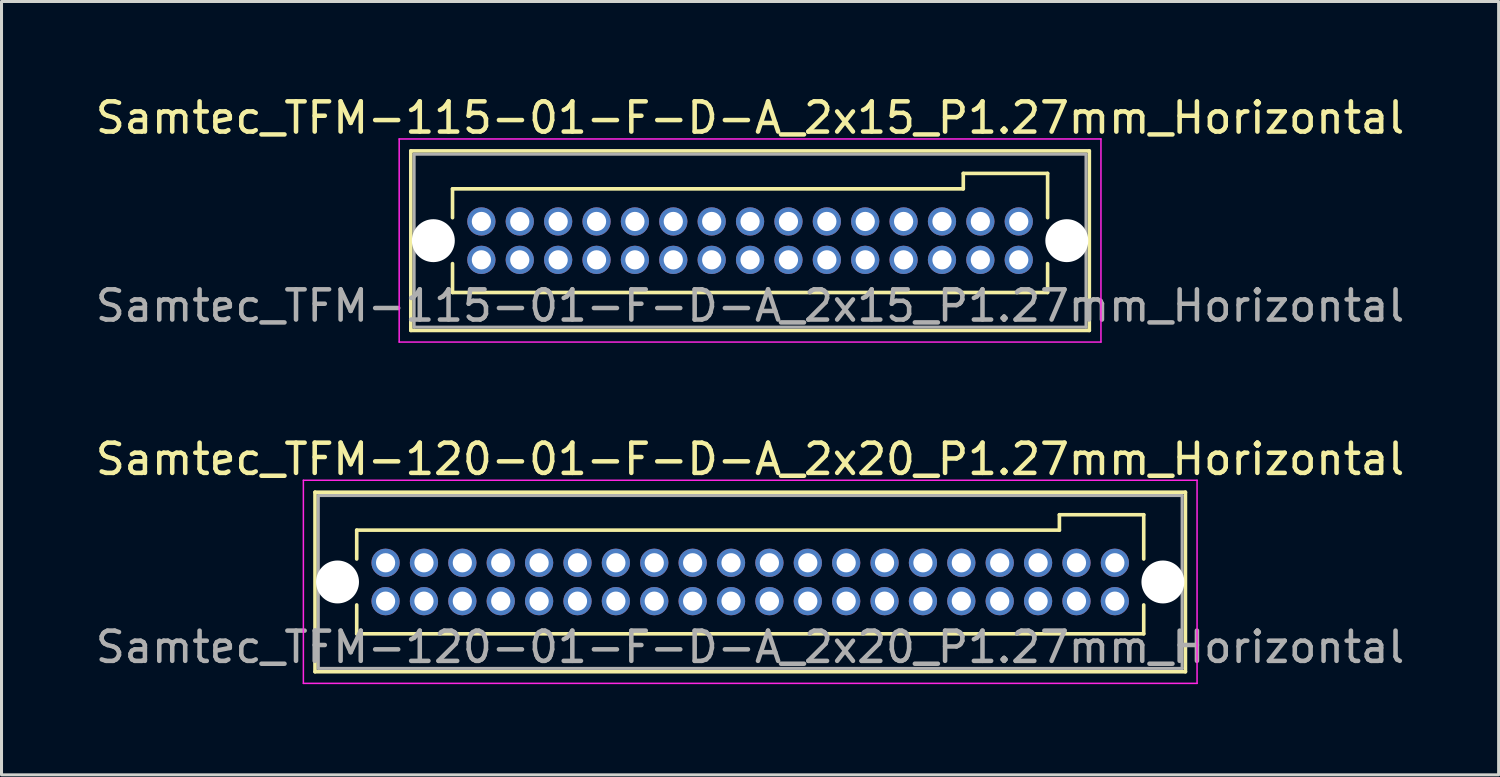
<source format=kicad_pcb>
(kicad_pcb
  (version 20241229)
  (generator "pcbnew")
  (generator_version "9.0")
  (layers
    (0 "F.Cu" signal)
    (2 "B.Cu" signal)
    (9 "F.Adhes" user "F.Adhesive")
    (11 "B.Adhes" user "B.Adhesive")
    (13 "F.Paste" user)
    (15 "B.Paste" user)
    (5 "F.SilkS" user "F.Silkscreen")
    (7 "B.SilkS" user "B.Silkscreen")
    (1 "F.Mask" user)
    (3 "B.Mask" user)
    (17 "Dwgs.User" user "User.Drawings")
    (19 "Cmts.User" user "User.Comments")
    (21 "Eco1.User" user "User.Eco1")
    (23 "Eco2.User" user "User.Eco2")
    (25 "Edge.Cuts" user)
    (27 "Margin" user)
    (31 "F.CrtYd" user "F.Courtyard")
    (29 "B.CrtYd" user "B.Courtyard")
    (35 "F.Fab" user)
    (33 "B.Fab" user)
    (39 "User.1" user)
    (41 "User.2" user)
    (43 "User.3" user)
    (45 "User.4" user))
  (footprint "Samtec_TFM-115-01-F-D-A_2x15_P1.27mm_Horizontal"
    (layer "F.Cu")
    (at 12.878 5.548)
    (property "Reference" "Samtec_TFM-115-01-F-D-A_2x15_P1.27mm_Horizontal" (at 8.89 -4.7 0) (layer "F.SilkS") (effects (font (size 1 1) (thickness 0.15))))
    (attr through_hole)
    (fp_line (start -2.335 -3.605) (end 20.115 -3.605) (stroke (width 0.12) (type solid)) (layer "F.SilkS"))
    (fp_line (start -2.335 2.335) (end -2.335 -3.605) (stroke (width 0.12) (type solid)) (layer "F.SilkS"))
    (fp_line (start -0.955 -2.35) (end 15.945 -2.35) (stroke (width 0.12) (type solid)) (layer "F.SilkS"))
    (fp_line (start -0.955 -1.395) (end -0.955 -2.35) (stroke (width 0.12) (type solid)) (layer "F.SilkS"))
    (fp_line (start -0.955 0.125) (end -0.955 1.08) (stroke (width 0.12) (type solid)) (layer "F.SilkS"))
    (fp_line (start -0.955 1.08) (end 18.735 1.08) (stroke (width 0.12) (type solid)) (layer "F.SilkS"))
    (fp_line (start 15.945 -2.86) (end 18.735 -2.86) (stroke (width 0.12) (type solid)) (layer "F.SilkS"))
    (fp_line (start 15.945 -2.35) (end 15.945 -2.86) (stroke (width 0.12) (type solid)) (layer "F.SilkS"))
    (fp_line (start 18.735 -2.86) (end 18.735 -1.395) (stroke (width 0.12) (type solid)) (layer "F.SilkS"))
    (fp_line (start 18.735 1.08) (end 18.735 0.125) (stroke (width 0.12) (type solid)) (layer "F.SilkS"))
    (fp_line (start 20.115 -3.605) (end 20.115 2.335) (stroke (width 0.12) (type solid)) (layer "F.SilkS"))
    (fp_line (start 20.115 2.335) (end -2.335 2.335) (stroke (width 0.12) (type solid)) (layer "F.SilkS"))
    (fp_line (start -2.72 -4) (end 20.5 -4) (stroke (width 0.05) (type solid)) (layer "F.CrtYd"))
    (fp_line (start -2.72 2.72) (end -2.72 -4) (stroke (width 0.05) (type solid)) (layer "F.CrtYd"))
    (fp_line (start 20.5 -4) (end 20.5 2.72) (stroke (width 0.05) (type solid)) (layer "F.CrtYd"))
    (fp_line (start 20.5 2.72) (end -2.72 2.72) (stroke (width 0.05) (type solid)) (layer "F.CrtYd"))
    (fp_line (start -2.225 -3.495) (end 20.005 -3.495) (stroke (width 0.1) (type solid)) (layer "F.Fab"))
    (fp_line (start -2.225 2.225) (end -2.225 -3.495) (stroke (width 0.1) (type solid)) (layer "F.Fab"))
    (fp_line (start 20.005 -3.495) (end 20.005 2.225) (stroke (width 0.1) (type solid)) (layer "F.Fab"))
    (fp_line (start 20.005 2.225) (end -2.225 2.225) (stroke (width 0.1) (type solid)) (layer "F.Fab"))
    (fp_text user "${REFERENCE}" (at 8.89 1.52 0) (layer "F.Fab") (effects (font (size 1 1) (thickness 0.15))))
    (pad "" np_thru_hole circle (at -1.59 -0.635) (size 1.42 1.42) (drill 1.42) (layers "*.Cu" "*.Mask"))
    (pad "" np_thru_hole circle (at 19.37 -0.635) (size 1.42 1.42) (drill 1.42) (layers "*.Cu" "*.Mask"))
    (pad "1" thru_hole circle (at 0 0) (size 0.935 0.935) (drill 0.635) (layers "*.Cu" "*.Mask"))
    (pad "2" thru_hole circle (at 0 -1.27) (size 0.935 0.935) (drill 0.635) (layers "*.Cu" "*.Mask"))
    (pad "3" thru_hole circle (at 1.27 0) (size 0.935 0.935) (drill 0.635) (layers "*.Cu" "*.Mask"))
    (pad "4" thru_hole circle (at 1.27 -1.27) (size 0.935 0.935) (drill 0.635) (layers "*.Cu" "*.Mask"))
    (pad "5" thru_hole circle (at 2.54 0) (size 0.935 0.935) (drill 0.635) (layers "*.Cu" "*.Mask"))
    (pad "6" thru_hole circle (at 2.54 -1.27) (size 0.935 0.935) (drill 0.635) (layers "*.Cu" "*.Mask"))
    (pad "7" thru_hole circle (at 3.81 0) (size 0.935 0.935) (drill 0.635) (layers "*.Cu" "*.Mask"))
    (pad "8" thru_hole circle (at 3.81 -1.27) (size 0.935 0.935) (drill 0.635) (layers "*.Cu" "*.Mask"))
    (pad "9" thru_hole circle (at 5.08 0) (size 0.935 0.935) (drill 0.635) (layers "*.Cu" "*.Mask"))
    (pad "10" thru_hole circle (at 5.08 -1.27) (size 0.935 0.935) (drill 0.635) (layers "*.Cu" "*.Mask"))
    (pad "11" thru_hole circle (at 6.35 0) (size 0.935 0.935) (drill 0.635) (layers "*.Cu" "*.Mask"))
    (pad "12" thru_hole circle (at 6.35 -1.27) (size 0.935 0.935) (drill 0.635) (layers "*.Cu" "*.Mask"))
    (pad "13" thru_hole circle (at 7.62 0) (size 0.935 0.935) (drill 0.635) (layers "*.Cu" "*.Mask"))
    (pad "14" thru_hole circle (at 7.62 -1.27) (size 0.935 0.935) (drill 0.635) (layers "*.Cu" "*.Mask"))
    (pad "15" thru_hole circle (at 8.89 0) (size 0.935 0.935) (drill 0.635) (layers "*.Cu" "*.Mask"))
    (pad "16" thru_hole circle (at 8.89 -1.27) (size 0.935 0.935) (drill 0.635) (layers "*.Cu" "*.Mask"))
    (pad "17" thru_hole circle (at 10.16 0) (size 0.935 0.935) (drill 0.635) (layers "*.Cu" "*.Mask"))
    (pad "18" thru_hole circle (at 10.16 -1.27) (size 0.935 0.935) (drill 0.635) (layers "*.Cu" "*.Mask"))
    (pad "19" thru_hole circle (at 11.43 0) (size 0.935 0.935) (drill 0.635) (layers "*.Cu" "*.Mask"))
    (pad "20" thru_hole circle (at 11.43 -1.27) (size 0.935 0.935) (drill 0.635) (layers "*.Cu" "*.Mask"))
    (pad "21" thru_hole circle (at 12.7 0) (size 0.935 0.935) (drill 0.635) (layers "*.Cu" "*.Mask"))
    (pad "22" thru_hole circle (at 12.7 -1.27) (size 0.935 0.935) (drill 0.635) (layers "*.Cu" "*.Mask"))
    (pad "23" thru_hole circle (at 13.97 0) (size 0.935 0.935) (drill 0.635) (layers "*.Cu" "*.Mask"))
    (pad "24" thru_hole circle (at 13.97 -1.27) (size 0.935 0.935) (drill 0.635) (layers "*.Cu" "*.Mask"))
    (pad "25" thru_hole circle (at 15.24 0) (size 0.935 0.935) (drill 0.635) (layers "*.Cu" "*.Mask"))
    (pad "26" thru_hole circle (at 15.24 -1.27) (size 0.935 0.935) (drill 0.635) (layers "*.Cu" "*.Mask"))
    (pad "27" thru_hole circle (at 16.51 0) (size 0.935 0.935) (drill 0.635) (layers "*.Cu" "*.Mask"))
    (pad "28" thru_hole circle (at 16.51 -1.27) (size 0.935 0.935) (drill 0.635) (layers "*.Cu" "*.Mask"))
    (pad "29" thru_hole circle (at 17.78 0) (size 0.935 0.935) (drill 0.635) (layers "*.Cu" "*.Mask"))
    (pad "30" thru_hole circle (at 17.78 -1.27) (size 0.935 0.935) (drill 0.635) (layers "*.Cu" "*.Mask")))
  (footprint "Samtec_TFM-120-01-F-D-A_2x20_P1.27mm_Horizontal"
    (layer "F.Cu")
    (at 9.708 16.841)
    (property "Reference" "Samtec_TFM-120-01-F-D-A_2x20_P1.27mm_Horizontal" (at 12.06 -4.7 0) (layer "F.SilkS") (effects (font (size 1 1) (thickness 0.15))))
    (attr through_hole)
    (fp_line (start -2.335 -3.605) (end 26.465 -3.605) (stroke (width 0.12) (type solid)) (layer "F.SilkS"))
    (fp_line (start -2.335 2.335) (end -2.335 -3.605) (stroke (width 0.12) (type solid)) (layer "F.SilkS"))
    (fp_line (start -0.955 -2.35) (end 22.295 -2.35) (stroke (width 0.12) (type solid)) (layer "F.SilkS"))
    (fp_line (start -0.955 -1.395) (end -0.955 -2.35) (stroke (width 0.12) (type solid)) (layer "F.SilkS"))
    (fp_line (start -0.955 0.125) (end -0.955 1.08) (stroke (width 0.12) (type solid)) (layer "F.SilkS"))
    (fp_line (start -0.955 1.08) (end 25.085 1.08) (stroke (width 0.12) (type solid)) (layer "F.SilkS"))
    (fp_line (start 22.295 -2.86) (end 25.085 -2.86) (stroke (width 0.12) (type solid)) (layer "F.SilkS"))
    (fp_line (start 22.295 -2.35) (end 22.295 -2.86) (stroke (width 0.12) (type solid)) (layer "F.SilkS"))
    (fp_line (start 25.085 -2.86) (end 25.085 -1.395) (stroke (width 0.12) (type solid)) (layer "F.SilkS"))
    (fp_line (start 25.085 1.08) (end 25.085 0.125) (stroke (width 0.12) (type solid)) (layer "F.SilkS"))
    (fp_line (start 26.465 -3.605) (end 26.465 2.335) (stroke (width 0.12) (type solid)) (layer "F.SilkS"))
    (fp_line (start 26.465 2.335) (end -2.335 2.335) (stroke (width 0.12) (type solid)) (layer "F.SilkS"))
    (fp_line (start -2.72 -4) (end 26.85 -4) (stroke (width 0.05) (type solid)) (layer "F.CrtYd"))
    (fp_line (start -2.72 2.72) (end -2.72 -4) (stroke (width 0.05) (type solid)) (layer "F.CrtYd"))
    (fp_line (start 26.85 -4) (end 26.85 2.72) (stroke (width 0.05) (type solid)) (layer "F.CrtYd"))
    (fp_line (start 26.85 2.72) (end -2.72 2.72) (stroke (width 0.05) (type solid)) (layer "F.CrtYd"))
    (fp_line (start -2.225 -3.495) (end 26.355 -3.495) (stroke (width 0.1) (type solid)) (layer "F.Fab"))
    (fp_line (start -2.225 2.225) (end -2.225 -3.495) (stroke (width 0.1) (type solid)) (layer "F.Fab"))
    (fp_line (start 26.355 -3.495) (end 26.355 2.225) (stroke (width 0.1) (type solid)) (layer "F.Fab"))
    (fp_line (start 26.355 2.225) (end -2.225 2.225) (stroke (width 0.1) (type solid)) (layer "F.Fab"))
    (fp_text user "${REFERENCE}" (at 12.06 1.52 0) (layer "F.Fab") (effects (font (size 1 1) (thickness 0.15))))
    (pad "" np_thru_hole circle (at -1.59 -0.635) (size 1.42 1.42) (drill 1.42) (layers "*.Cu" "*.Mask"))
    (pad "" np_thru_hole circle (at 25.72 -0.635) (size 1.42 1.42) (drill 1.42) (layers "*.Cu" "*.Mask"))
    (pad "1" thru_hole circle (at 0 0) (size 0.935 0.935) (drill 0.635) (layers "*.Cu" "*.Mask"))
    (pad "2" thru_hole circle (at 0 -1.27) (size 0.935 0.935) (drill 0.635) (layers "*.Cu" "*.Mask"))
    (pad "3" thru_hole circle (at 1.27 0) (size 0.935 0.935) (drill 0.635) (layers "*.Cu" "*.Mask"))
    (pad "4" thru_hole circle (at 1.27 -1.27) (size 0.935 0.935) (drill 0.635) (layers "*.Cu" "*.Mask"))
    (pad "5" thru_hole circle (at 2.54 0) (size 0.935 0.935) (drill 0.635) (layers "*.Cu" "*.Mask"))
    (pad "6" thru_hole circle (at 2.54 -1.27) (size 0.935 0.935) (drill 0.635) (layers "*.Cu" "*.Mask"))
    (pad "7" thru_hole circle (at 3.81 0) (size 0.935 0.935) (drill 0.635) (layers "*.Cu" "*.Mask"))
    (pad "8" thru_hole circle (at 3.81 -1.27) (size 0.935 0.935) (drill 0.635) (layers "*.Cu" "*.Mask"))
    (pad "9" thru_hole circle (at 5.08 0) (size 0.935 0.935) (drill 0.635) (layers "*.Cu" "*.Mask"))
    (pad "10" thru_hole circle (at 5.08 -1.27) (size 0.935 0.935) (drill 0.635) (layers "*.Cu" "*.Mask"))
    (pad "11" thru_hole circle (at 6.35 0) (size 0.935 0.935) (drill 0.635) (layers "*.Cu" "*.Mask"))
    (pad "12" thru_hole circle (at 6.35 -1.27) (size 0.935 0.935) (drill 0.635) (layers "*.Cu" "*.Mask"))
    (pad "13" thru_hole circle (at 7.62 0) (size 0.935 0.935) (drill 0.635) (layers "*.Cu" "*.Mask"))
    (pad "14" thru_hole circle (at 7.62 -1.27) (size 0.935 0.935) (drill 0.635) (layers "*.Cu" "*.Mask"))
    (pad "15" thru_hole circle (at 8.89 0) (size 0.935 0.935) (drill 0.635) (layers "*.Cu" "*.Mask"))
    (pad "16" thru_hole circle (at 8.89 -1.27) (size 0.935 0.935) (drill 0.635) (layers "*.Cu" "*.Mask"))
    (pad "17" thru_hole circle (at 10.16 0) (size 0.935 0.935) (drill 0.635) (layers "*.Cu" "*.Mask"))
    (pad "18" thru_hole circle (at 10.16 -1.27) (size 0.935 0.935) (drill 0.635) (layers "*.Cu" "*.Mask"))
    (pad "19" thru_hole circle (at 11.43 0) (size 0.935 0.935) (drill 0.635) (layers "*.Cu" "*.Mask"))
    (pad "20" thru_hole circle (at 11.43 -1.27) (size 0.935 0.935) (drill 0.635) (layers "*.Cu" "*.Mask"))
    (pad "21" thru_hole circle (at 12.7 0) (size 0.935 0.935) (drill 0.635) (layers "*.Cu" "*.Mask"))
    (pad "22" thru_hole circle (at 12.7 -1.27) (size 0.935 0.935) (drill 0.635) (layers "*.Cu" "*.Mask"))
    (pad "23" thru_hole circle (at 13.97 0) (size 0.935 0.935) (drill 0.635) (layers "*.Cu" "*.Mask"))
    (pad "24" thru_hole circle (at 13.97 -1.27) (size 0.935 0.935) (drill 0.635) (layers "*.Cu" "*.Mask"))
    (pad "25" thru_hole circle (at 15.24 0) (size 0.935 0.935) (drill 0.635) (layers "*.Cu" "*.Mask"))
    (pad "26" thru_hole circle (at 15.24 -1.27) (size 0.935 0.935) (drill 0.635) (layers "*.Cu" "*.Mask"))
    (pad "27" thru_hole circle (at 16.51 0) (size 0.935 0.935) (drill 0.635) (layers "*.Cu" "*.Mask"))
    (pad "28" thru_hole circle (at 16.51 -1.27) (size 0.935 0.935) (drill 0.635) (layers "*.Cu" "*.Mask"))
    (pad "29" thru_hole circle (at 17.78 0) (size 0.935 0.935) (drill 0.635) (layers "*.Cu" "*.Mask"))
    (pad "30" thru_hole circle (at 17.78 -1.27) (size 0.935 0.935) (drill 0.635) (layers "*.Cu" "*.Mask"))
    (pad "31" thru_hole circle (at 19.05 0) (size 0.935 0.935) (drill 0.635) (layers "*.Cu" "*.Mask"))
    (pad "32" thru_hole circle (at 19.05 -1.27) (size 0.935 0.935) (drill 0.635) (layers "*.Cu" "*.Mask"))
    (pad "33" thru_hole circle (at 20.32 0) (size 0.935 0.935) (drill 0.635) (layers "*.Cu" "*.Mask"))
    (pad "34" thru_hole circle (at 20.32 -1.27) (size 0.935 0.935) (drill 0.635) (layers "*.Cu" "*.Mask"))
    (pad "35" thru_hole circle (at 21.59 0) (size 0.935 0.935) (drill 0.635) (layers "*.Cu" "*.Mask"))
    (pad "36" thru_hole circle (at 21.59 -1.27) (size 0.935 0.935) (drill 0.635) (layers "*.Cu" "*.Mask"))
    (pad "37" thru_hole circle (at 22.86 0) (size 0.935 0.935) (drill 0.635) (layers "*.Cu" "*.Mask"))
    (pad "38" thru_hole circle (at 22.86 -1.27) (size 0.935 0.935) (drill 0.635) (layers "*.Cu" "*.Mask"))
    (pad "39" thru_hole circle (at 24.13 0) (size 0.935 0.935) (drill 0.635) (layers "*.Cu" "*.Mask"))
    (pad "40" thru_hole circle (at 24.13 -1.27) (size 0.935 0.935) (drill 0.635) (layers "*.Cu" "*.Mask")))
  (gr_rect
    (start -3 -3)
    (end 46.536 22.587)
    (stroke (width 0.1) (type default))
    (fill no)
    (layer "Edge.Cuts")))
</source>
